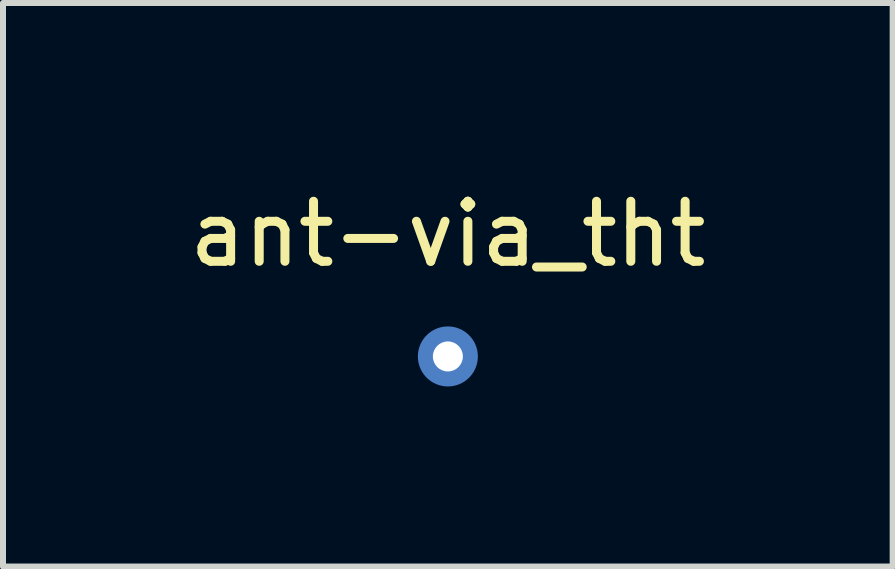
<source format=kicad_pcb>
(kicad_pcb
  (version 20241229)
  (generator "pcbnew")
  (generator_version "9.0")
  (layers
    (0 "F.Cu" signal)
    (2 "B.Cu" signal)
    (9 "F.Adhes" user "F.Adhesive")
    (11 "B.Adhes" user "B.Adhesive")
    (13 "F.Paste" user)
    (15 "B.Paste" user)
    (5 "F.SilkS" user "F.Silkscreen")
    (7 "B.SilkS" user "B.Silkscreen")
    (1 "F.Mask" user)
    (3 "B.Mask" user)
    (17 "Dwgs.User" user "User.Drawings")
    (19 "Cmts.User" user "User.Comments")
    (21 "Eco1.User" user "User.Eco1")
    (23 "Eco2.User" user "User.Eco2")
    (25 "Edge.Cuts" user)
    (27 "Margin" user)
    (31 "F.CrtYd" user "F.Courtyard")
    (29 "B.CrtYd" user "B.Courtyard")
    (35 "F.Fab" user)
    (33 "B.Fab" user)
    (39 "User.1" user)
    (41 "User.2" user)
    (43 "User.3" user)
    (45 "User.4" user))
  (footprint "ant-via_tht"
    (layer "F.Cu")
    (at 4.411 2.888)
    (property "Reference" "ant-via_tht" (at 0 -2.04 0) (layer "F.SilkS") (effects (font (size 1 1) (thickness 0.15))))
    (attr through_hole)
    (pad "" np_thru_hole circle (at 0 0) (size 0.5 0.5) (drill 0.5) (layers "*.Cu" "*.Mask"))
    (pad "1" connect circle (at 0 0) (size 0.8 0.8) (layers "F.Cu" "F.Mask"))
    (pad "2" connect circle (at 0 0) (size 1 1) (layers "B.Cu" "B.Mask")))
  (gr_rect
    (start -3 -3)
    (end 11.821 6.388)
    (stroke (width 0.1) (type default))
    (fill no)
    (layer "Edge.Cuts")))
</source>
